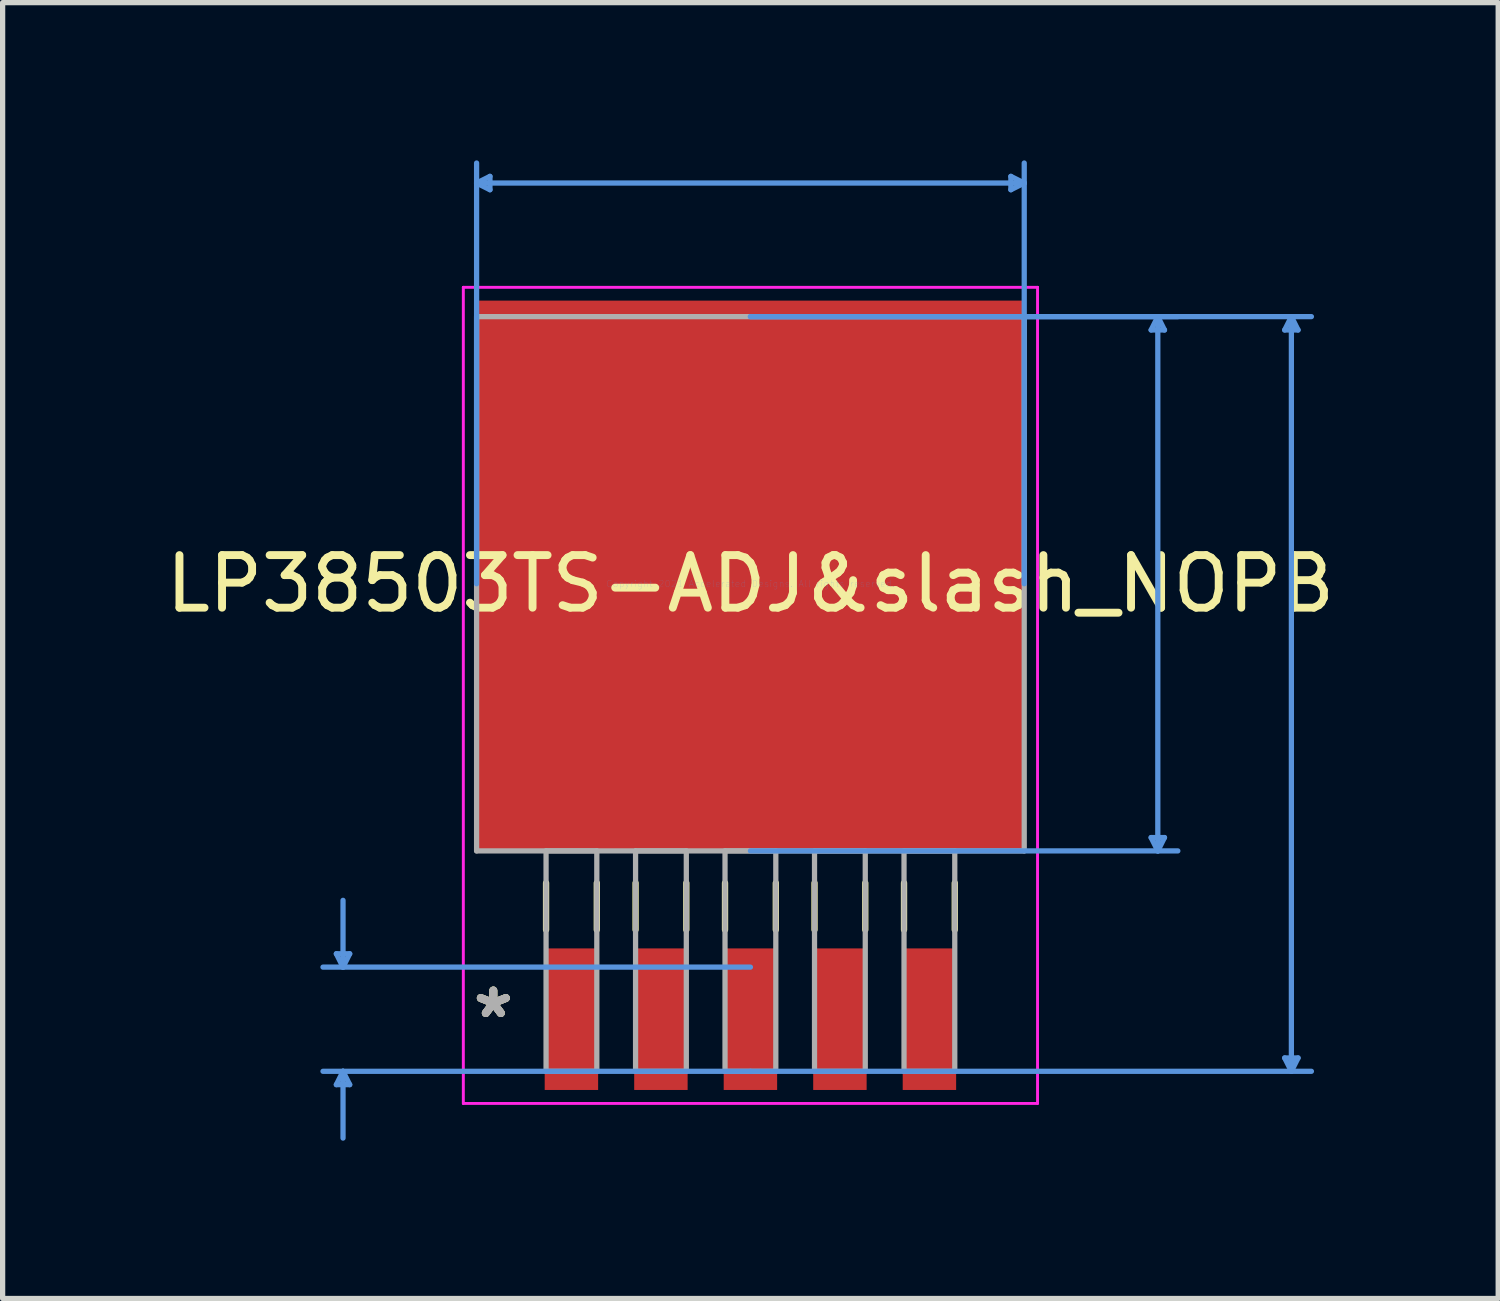
<source format=kicad_pcb>
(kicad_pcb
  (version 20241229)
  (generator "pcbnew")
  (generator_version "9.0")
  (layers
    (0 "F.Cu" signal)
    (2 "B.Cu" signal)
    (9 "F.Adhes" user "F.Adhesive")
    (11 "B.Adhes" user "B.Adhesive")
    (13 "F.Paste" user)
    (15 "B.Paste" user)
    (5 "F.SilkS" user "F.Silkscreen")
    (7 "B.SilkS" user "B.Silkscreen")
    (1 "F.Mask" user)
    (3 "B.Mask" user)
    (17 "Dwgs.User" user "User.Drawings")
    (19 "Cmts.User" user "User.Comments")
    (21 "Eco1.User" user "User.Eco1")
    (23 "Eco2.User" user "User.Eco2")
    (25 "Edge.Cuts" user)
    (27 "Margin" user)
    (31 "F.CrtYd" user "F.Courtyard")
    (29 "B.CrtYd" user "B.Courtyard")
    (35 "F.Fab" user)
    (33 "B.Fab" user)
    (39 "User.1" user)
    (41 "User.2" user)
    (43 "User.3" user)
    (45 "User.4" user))
  (footprint "LP38503TS-ADJ&slash_NOPB"
    (layer "F.Cu")
    (at 11.22 8.051)
    (property "Reference" "LP38503TS-ADJ&slash_NOPB" (at 0 0 0) (layer "F.SilkS") (effects (font (size 1 1) (thickness 0.15))))
    (attr through_hole)
    (fp_line (start -3.886 5.69) (end -3.886 6.579) (stroke (width 0.12) (type solid)) (layer "F.SilkS"))
    (fp_line (start -2.921 5.69) (end -2.921 6.579) (stroke (width 0.12) (type solid)) (layer "F.SilkS"))
    (fp_line (start -2.184 5.69) (end -2.184 6.579) (stroke (width 0.12) (type solid)) (layer "F.SilkS"))
    (fp_line (start -1.219 5.69) (end -1.219 6.579) (stroke (width 0.12) (type solid)) (layer "F.SilkS"))
    (fp_line (start -0.483 5.69) (end -0.483 6.579) (stroke (width 0.12) (type solid)) (layer "F.SilkS"))
    (fp_line (start 0.483 5.69) (end 0.483 6.579) (stroke (width 0.12) (type solid)) (layer "F.SilkS"))
    (fp_line (start 1.219 5.69) (end 1.219 6.579) (stroke (width 0.12) (type solid)) (layer "F.SilkS"))
    (fp_line (start 2.184 5.69) (end 2.184 6.579) (stroke (width 0.12) (type solid)) (layer "F.SilkS"))
    (fp_line (start 2.921 5.69) (end 2.921 6.579) (stroke (width 0.12) (type solid)) (layer "F.SilkS"))
    (fp_line (start 3.886 5.69) (end 3.886 6.579) (stroke (width 0.12) (type solid)) (layer "F.SilkS"))
    (fp_line (start -7.874 7.036) (end -7.62 7.036) (stroke (width 0.1) (type solid)) (layer "Cmts.User"))
    (fp_line (start -7.874 9.525) (end -7.62 9.525) (stroke (width 0.1) (type solid)) (layer "Cmts.User"))
    (fp_line (start -7.747 7.29) (end -7.874 7.036) (stroke (width 0.1) (type solid)) (layer "Cmts.User"))
    (fp_line (start -7.747 7.29) (end -7.747 6.02) (stroke (width 0.1) (type solid)) (layer "Cmts.User"))
    (fp_line (start -7.747 7.29) (end -7.62 7.036) (stroke (width 0.1) (type solid)) (layer "Cmts.User"))
    (fp_line (start -7.747 9.271) (end -7.874 9.525) (stroke (width 0.1) (type solid)) (layer "Cmts.User"))
    (fp_line (start -7.747 9.271) (end -7.747 10.541) (stroke (width 0.1) (type solid)) (layer "Cmts.User"))
    (fp_line (start -7.747 9.271) (end -7.62 9.525) (stroke (width 0.1) (type solid)) (layer "Cmts.User"))
    (fp_line (start -5.207 -7.62) (end -4.953 -7.747) (stroke (width 0.1) (type solid)) (layer "Cmts.User"))
    (fp_line (start -5.207 -7.62) (end -4.953 -7.493) (stroke (width 0.1) (type solid)) (layer "Cmts.User"))
    (fp_line (start -5.207 -7.62) (end 5.207 -7.62) (stroke (width 0.1) (type solid)) (layer "Cmts.User"))
    (fp_line (start -5.207 0) (end -5.207 -8.001) (stroke (width 0.1) (type solid)) (layer "Cmts.User"))
    (fp_line (start -4.953 -7.747) (end -4.953 -7.493) (stroke (width 0.1) (type solid)) (layer "Cmts.User"))
    (fp_line (start 0 -5.08) (end 8.128 -5.08) (stroke (width 0.1) (type solid)) (layer "Cmts.User"))
    (fp_line (start 0 -5.08) (end 10.668 -5.08) (stroke (width 0.1) (type solid)) (layer "Cmts.User"))
    (fp_line (start 0 5.08) (end 8.128 5.08) (stroke (width 0.1) (type solid)) (layer "Cmts.User"))
    (fp_line (start 0 7.29) (end -8.128 7.29) (stroke (width 0.1) (type solid)) (layer "Cmts.User"))
    (fp_line (start 0 9.271) (end -8.128 9.271) (stroke (width 0.1) (type solid)) (layer "Cmts.User"))
    (fp_line (start 0 9.271) (end 10.668 9.271) (stroke (width 0.1) (type solid)) (layer "Cmts.User"))
    (fp_line (start 4.953 -7.747) (end 4.953 -7.493) (stroke (width 0.1) (type solid)) (layer "Cmts.User"))
    (fp_line (start 5.207 -7.62) (end 4.953 -7.747) (stroke (width 0.1) (type solid)) (layer "Cmts.User"))
    (fp_line (start 5.207 -7.62) (end 4.953 -7.493) (stroke (width 0.1) (type solid)) (layer "Cmts.User"))
    (fp_line (start 5.207 0) (end 5.207 -8.001) (stroke (width 0.1) (type solid)) (layer "Cmts.User"))
    (fp_line (start 7.62 -4.826) (end 7.874 -4.826) (stroke (width 0.1) (type solid)) (layer "Cmts.User"))
    (fp_line (start 7.62 4.826) (end 7.874 4.826) (stroke (width 0.1) (type solid)) (layer "Cmts.User"))
    (fp_line (start 7.747 -5.08) (end 7.62 -4.826) (stroke (width 0.1) (type solid)) (layer "Cmts.User"))
    (fp_line (start 7.747 -5.08) (end 7.747 5.08) (stroke (width 0.1) (type solid)) (layer "Cmts.User"))
    (fp_line (start 7.747 -5.08) (end 7.874 -4.826) (stroke (width 0.1) (type solid)) (layer "Cmts.User"))
    (fp_line (start 7.747 5.08) (end 7.62 4.826) (stroke (width 0.1) (type solid)) (layer "Cmts.User"))
    (fp_line (start 7.747 5.08) (end 7.874 4.826) (stroke (width 0.1) (type solid)) (layer "Cmts.User"))
    (fp_line (start 10.16 -4.826) (end 10.414 -4.826) (stroke (width 0.1) (type solid)) (layer "Cmts.User"))
    (fp_line (start 10.16 9.017) (end 10.414 9.017) (stroke (width 0.1) (type solid)) (layer "Cmts.User"))
    (fp_line (start 10.287 -5.08) (end 10.16 -4.826) (stroke (width 0.1) (type solid)) (layer "Cmts.User"))
    (fp_line (start 10.287 -5.08) (end 10.287 9.271) (stroke (width 0.1) (type solid)) (layer "Cmts.User"))
    (fp_line (start 10.287 -5.08) (end 10.414 -4.826) (stroke (width 0.1) (type solid)) (layer "Cmts.User"))
    (fp_line (start 10.287 9.271) (end 10.16 9.017) (stroke (width 0.1) (type solid)) (layer "Cmts.User"))
    (fp_line (start 10.287 9.271) (end 10.414 9.017) (stroke (width 0.1) (type solid)) (layer "Cmts.User"))
    (fp_line (start -5.461 -5.639) (end 5.461 -5.639) (stroke (width 0.05) (type solid)) (layer "F.CrtYd"))
    (fp_line (start -5.461 -5.639) (end 5.461 -5.639) (stroke (width 0.05) (type solid)) (layer "F.CrtYd"))
    (fp_line (start -5.461 9.881) (end -5.461 -5.639) (stroke (width 0.05) (type solid)) (layer "F.CrtYd"))
    (fp_line (start -5.461 9.881) (end -5.461 -5.639) (stroke (width 0.05) (type solid)) (layer "F.CrtYd"))
    (fp_line (start 5.461 -5.639) (end 5.461 9.881) (stroke (width 0.05) (type solid)) (layer "F.CrtYd"))
    (fp_line (start 5.461 -5.639) (end 5.461 9.881) (stroke (width 0.05) (type solid)) (layer "F.CrtYd"))
    (fp_line (start 5.461 9.881) (end -5.461 9.881) (stroke (width 0.05) (type solid)) (layer "F.CrtYd"))
    (fp_line (start 5.461 9.881) (end -5.461 9.881) (stroke (width 0.05) (type solid)) (layer "F.CrtYd"))
    (fp_line (start -5.207 -5.08) (end -5.207 5.08) (stroke (width 0.1) (type solid)) (layer "F.Fab"))
    (fp_line (start -5.207 5.08) (end 5.207 5.08) (stroke (width 0.1) (type solid)) (layer "F.Fab"))
    (fp_line (start -3.886 5.08) (end -3.886 9.271) (stroke (width 0.1) (type solid)) (layer "F.Fab"))
    (fp_line (start -3.886 9.271) (end -2.921 9.271) (stroke (width 0.1) (type solid)) (layer "F.Fab"))
    (fp_line (start -2.921 5.08) (end -3.886 5.08) (stroke (width 0.1) (type solid)) (layer "F.Fab"))
    (fp_line (start -2.921 9.271) (end -2.921 5.08) (stroke (width 0.1) (type solid)) (layer "F.Fab"))
    (fp_line (start -2.184 5.08) (end -2.184 9.271) (stroke (width 0.1) (type solid)) (layer "F.Fab"))
    (fp_line (start -2.184 9.271) (end -1.219 9.271) (stroke (width 0.1) (type solid)) (layer "F.Fab"))
    (fp_line (start -1.219 5.08) (end -2.184 5.08) (stroke (width 0.1) (type solid)) (layer "F.Fab"))
    (fp_line (start -1.219 9.271) (end -1.219 5.08) (stroke (width 0.1) (type solid)) (layer "F.Fab"))
    (fp_line (start -0.483 5.08) (end -0.483 9.271) (stroke (width 0.1) (type solid)) (layer "F.Fab"))
    (fp_line (start -0.483 9.271) (end 0.483 9.271) (stroke (width 0.1) (type solid)) (layer "F.Fab"))
    (fp_line (start 0.483 5.08) (end -0.483 5.08) (stroke (width 0.1) (type solid)) (layer "F.Fab"))
    (fp_line (start 0.483 9.271) (end 0.483 5.08) (stroke (width 0.1) (type solid)) (layer "F.Fab"))
    (fp_line (start 1.219 5.08) (end 1.219 9.271) (stroke (width 0.1) (type solid)) (layer "F.Fab"))
    (fp_line (start 1.219 9.271) (end 2.184 9.271) (stroke (width 0.1) (type solid)) (layer "F.Fab"))
    (fp_line (start 2.184 5.08) (end 1.219 5.08) (stroke (width 0.1) (type solid)) (layer "F.Fab"))
    (fp_line (start 2.184 9.271) (end 2.184 5.08) (stroke (width 0.1) (type solid)) (layer "F.Fab"))
    (fp_line (start 2.921 5.08) (end 2.921 9.271) (stroke (width 0.1) (type solid)) (layer "F.Fab"))
    (fp_line (start 2.921 9.271) (end 3.886 9.271) (stroke (width 0.1) (type solid)) (layer "F.Fab"))
    (fp_line (start 3.886 5.08) (end 2.921 5.08) (stroke (width 0.1) (type solid)) (layer "F.Fab"))
    (fp_line (start 3.886 9.271) (end 3.886 5.08) (stroke (width 0.1) (type solid)) (layer "F.Fab"))
    (fp_line (start 5.207 -5.08) (end -5.207 -5.08) (stroke (width 0.1) (type solid)) (layer "F.Fab"))
    (fp_line (start 5.207 5.08) (end 5.207 -5.08) (stroke (width 0.1) (type solid)) (layer "F.Fab"))
    (fp_text user "*" (at -4.889 8.28 0) (layer "F.SilkS") (effects (font (size 1 1) (thickness 0.15))))
    (fp_text user "*" (at -4.889 8.28 0) (layer "F.SilkS") (effects (font (size 1 1) (thickness 0.15))))
    (fp_text user "Copyright 2021 Accelerated Designs. All rights reserved." (at 0 0 0) (layer "Cmts.User") (effects (font (size 0.127 0.127) (thickness 0.002))))
    (fp_text user "*" (at -4.889 8.28 0) (layer "F.Fab") (effects (font (size 1 1) (thickness 0.15))))
    (fp_text user "*" (at -4.889 8.28 0) (layer "F.Fab") (effects (font (size 1 1) (thickness 0.15))))
    (pad "1" smd rect (at -3.404 8.28) (size 1.016 2.692) (layers "F.Cu" "F.Mask" "F.Paste"))
    (pad "2" smd rect (at -1.702 8.28) (size 1.016 2.692) (layers "F.Cu" "F.Mask" "F.Paste"))
    (pad "3" smd rect (at 0 8.28) (size 1.016 2.692) (layers "F.Cu" "F.Mask" "F.Paste"))
    (pad "4" smd rect (at 1.702 8.28) (size 1.016 2.692) (layers "F.Cu" "F.Mask" "F.Paste"))
    (pad "5" smd rect (at 3.404 8.28) (size 1.016 2.692) (layers "F.Cu" "F.Mask" "F.Paste"))
    (pad "6" smd rect (at 0 -0.152) (size 10.414 10.465) (layers "F.Cu" "F.Mask" "F.Paste")))
  (gr_rect
    (start -3 -3)
    (end 25.44 21.642)
    (stroke (width 0.1) (type default))
    (fill no)
    (layer "Edge.Cuts")))
</source>
